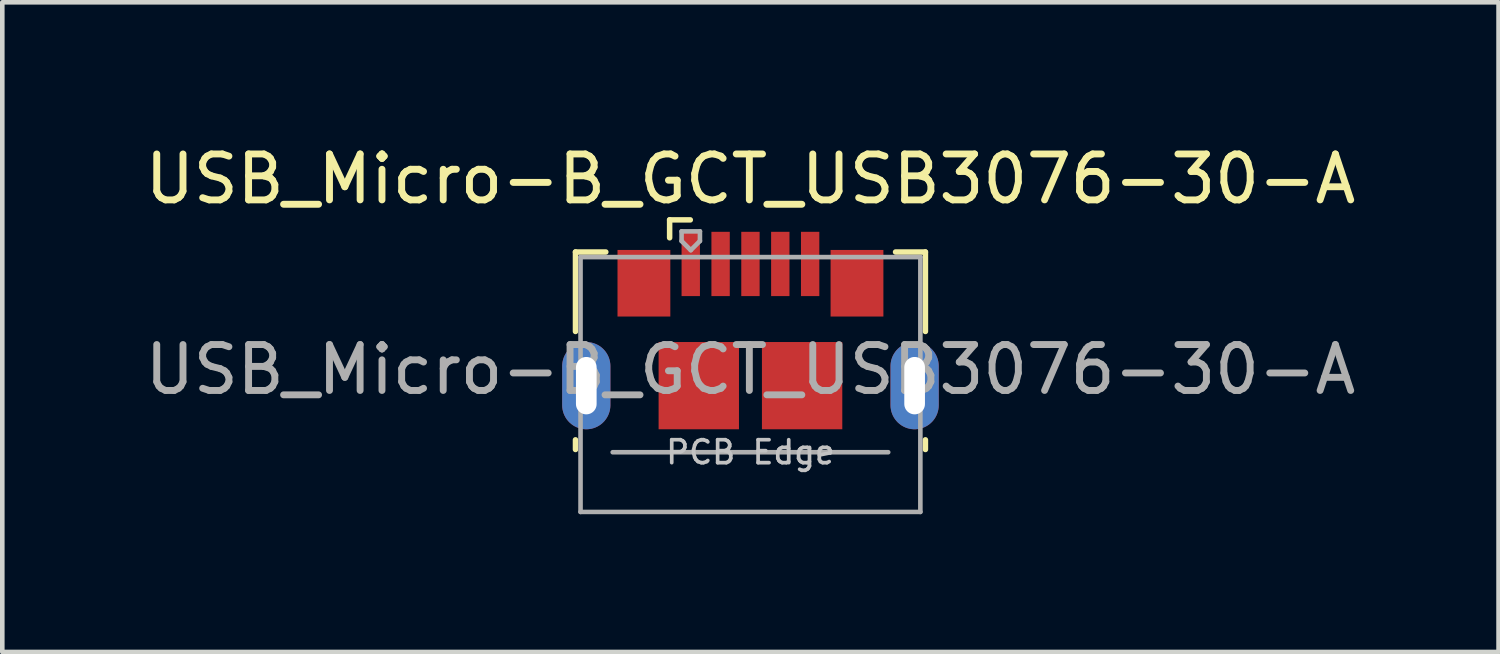
<source format=kicad_pcb>
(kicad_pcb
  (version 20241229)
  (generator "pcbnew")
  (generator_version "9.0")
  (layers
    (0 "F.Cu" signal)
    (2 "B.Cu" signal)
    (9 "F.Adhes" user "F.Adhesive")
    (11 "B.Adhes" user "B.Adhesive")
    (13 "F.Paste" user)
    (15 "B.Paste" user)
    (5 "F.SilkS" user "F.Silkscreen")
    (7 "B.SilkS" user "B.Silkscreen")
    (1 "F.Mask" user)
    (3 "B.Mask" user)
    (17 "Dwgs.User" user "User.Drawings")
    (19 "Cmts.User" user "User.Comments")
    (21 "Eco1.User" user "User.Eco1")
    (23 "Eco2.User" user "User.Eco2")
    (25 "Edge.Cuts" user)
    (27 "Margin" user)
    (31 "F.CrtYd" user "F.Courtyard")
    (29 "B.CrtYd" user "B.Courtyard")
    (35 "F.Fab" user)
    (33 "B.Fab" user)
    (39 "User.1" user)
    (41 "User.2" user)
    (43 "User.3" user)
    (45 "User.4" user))
  (footprint "USB_Micro-B_GCT_USB3076-30-A"
    (layer "F.Cu")
    (at 13.292 4.148)
    (property "Reference" "USB_Micro-B_GCT_USB3076-30-A" (at 0 -3.3 0) (layer "F.SilkS") (effects (font (size 1 1) (thickness 0.15))))
    (attr smd)
    (fp_line (start -3.81 -1.71) (end -3.15 -1.71) (stroke (width 0.12) (type solid)) (layer "F.SilkS"))
    (fp_line (start -3.81 0.02) (end -3.81 -1.71) (stroke (width 0.12) (type solid)) (layer "F.SilkS"))
    (fp_line (start -3.81 2.59) (end -3.81 2.38) (stroke (width 0.12) (type solid)) (layer "F.SilkS"))
    (fp_line (start -1.76 -2.41) (end -1.76 -2.02) (stroke (width 0.12) (type solid)) (layer "F.SilkS"))
    (fp_line (start -1.76 -2.41) (end -1.31 -2.41) (stroke (width 0.12) (type solid)) (layer "F.SilkS"))
    (fp_line (start 3.81 -1.71) (end 3.16 -1.71) (stroke (width 0.12) (type solid)) (layer "F.SilkS"))
    (fp_line (start 3.81 0.02) (end 3.81 -1.71) (stroke (width 0.12) (type solid)) (layer "F.SilkS"))
    (fp_line (start 3.81 2.59) (end 3.81 2.38) (stroke (width 0.12) (type solid)) (layer "F.SilkS"))
    (fp_line (start -3.7 -1.6) (end 3.7 -1.6) (stroke (width 0.1) (type solid)) (layer "F.Fab"))
    (fp_line (start -3.7 3.95) (end -3.7 -1.6) (stroke (width 0.1) (type solid)) (layer "F.Fab"))
    (fp_line (start -3.7 3.95) (end 3.7 3.95) (stroke (width 0.1) (type solid)) (layer "F.Fab"))
    (fp_line (start -3 2.65) (end 3 2.65) (stroke (width 0.1) (type solid)) (layer "F.Fab"))
    (fp_line (start -1.5 -2.16) (end -1.5 -1.95) (stroke (width 0.1) (type solid)) (layer "F.Fab"))
    (fp_line (start -1.5 -2.16) (end -1.1 -2.16) (stroke (width 0.1) (type solid)) (layer "F.Fab"))
    (fp_line (start -1.3 -1.75) (end -1.5 -1.95) (stroke (width 0.1) (type solid)) (layer "F.Fab"))
    (fp_line (start -1.1 -2.16) (end -1.1 -1.95) (stroke (width 0.1) (type solid)) (layer "F.Fab"))
    (fp_line (start -1.1 -1.95) (end -1.3 -1.75) (stroke (width 0.1) (type solid)) (layer "F.Fab"))
    (fp_line (start 3.7 3.95) (end 3.7 -1.6) (stroke (width 0.1) (type solid)) (layer "F.Fab"))
    (fp_text user "PCB Edge" (at 0 2.65 0) (layer "Dwgs.User") (effects (font (size 0.5 0.5) (thickness 0.08))))
    (fp_text user "${REFERENCE}" (at 0 0.85 0) (layer "F.Fab") (effects (font (size 1 1) (thickness 0.15))))
    (pad "1" smd rect (at -1.3 -1.45) (size 0.4 1.4) (layers "F.Cu" "F.Mask" "F.Paste"))
    (pad "2" smd rect (at -0.65 -1.45) (size 0.4 1.4) (layers "F.Cu" "F.Mask" "F.Paste"))
    (pad "3" smd rect (at 0 -1.45) (size 0.4 1.4) (layers "F.Cu" "F.Mask" "F.Paste"))
    (pad "4" smd rect (at 0.65 -1.45) (size 0.4 1.4) (layers "F.Cu" "F.Mask" "F.Paste"))
    (pad "5" smd rect (at 1.3 -1.45) (size 0.4 1.4) (layers "F.Cu" "F.Mask" "F.Paste"))
    (pad "6" thru_hole oval (at -3.575 1.2 180) (size 1.05 1.9) (drill oval 0.45 1.25) (layers "*.Cu" "*.Mask"))
    (pad "6" smd rect (at -2.32 -1.03) (size 1.15 1.45) (layers "F.Cu" "F.Mask" "F.Paste"))
    (pad "6" smd rect (at -1.125 1.2) (size 1.75 1.9) (layers "F.Cu" "F.Mask" "F.Paste"))
    (pad "6" smd rect (at 1.125 1.2) (size 1.75 1.9) (layers "F.Cu" "F.Mask" "F.Paste"))
    (pad "6" smd rect (at 2.32 -1.03) (size 1.15 1.45) (layers "F.Cu" "F.Mask" "F.Paste"))
    (pad "6" thru_hole oval (at 3.575 1.2) (size 1.05 1.9) (drill oval 0.45 1.25) (layers "*.Cu" "*.Mask")))
  (gr_rect
    (start -3 -3)
    (end 29.583 11.148)
    (stroke (width 0.1) (type default))
    (fill no)
    (layer "Edge.Cuts")))
</source>
